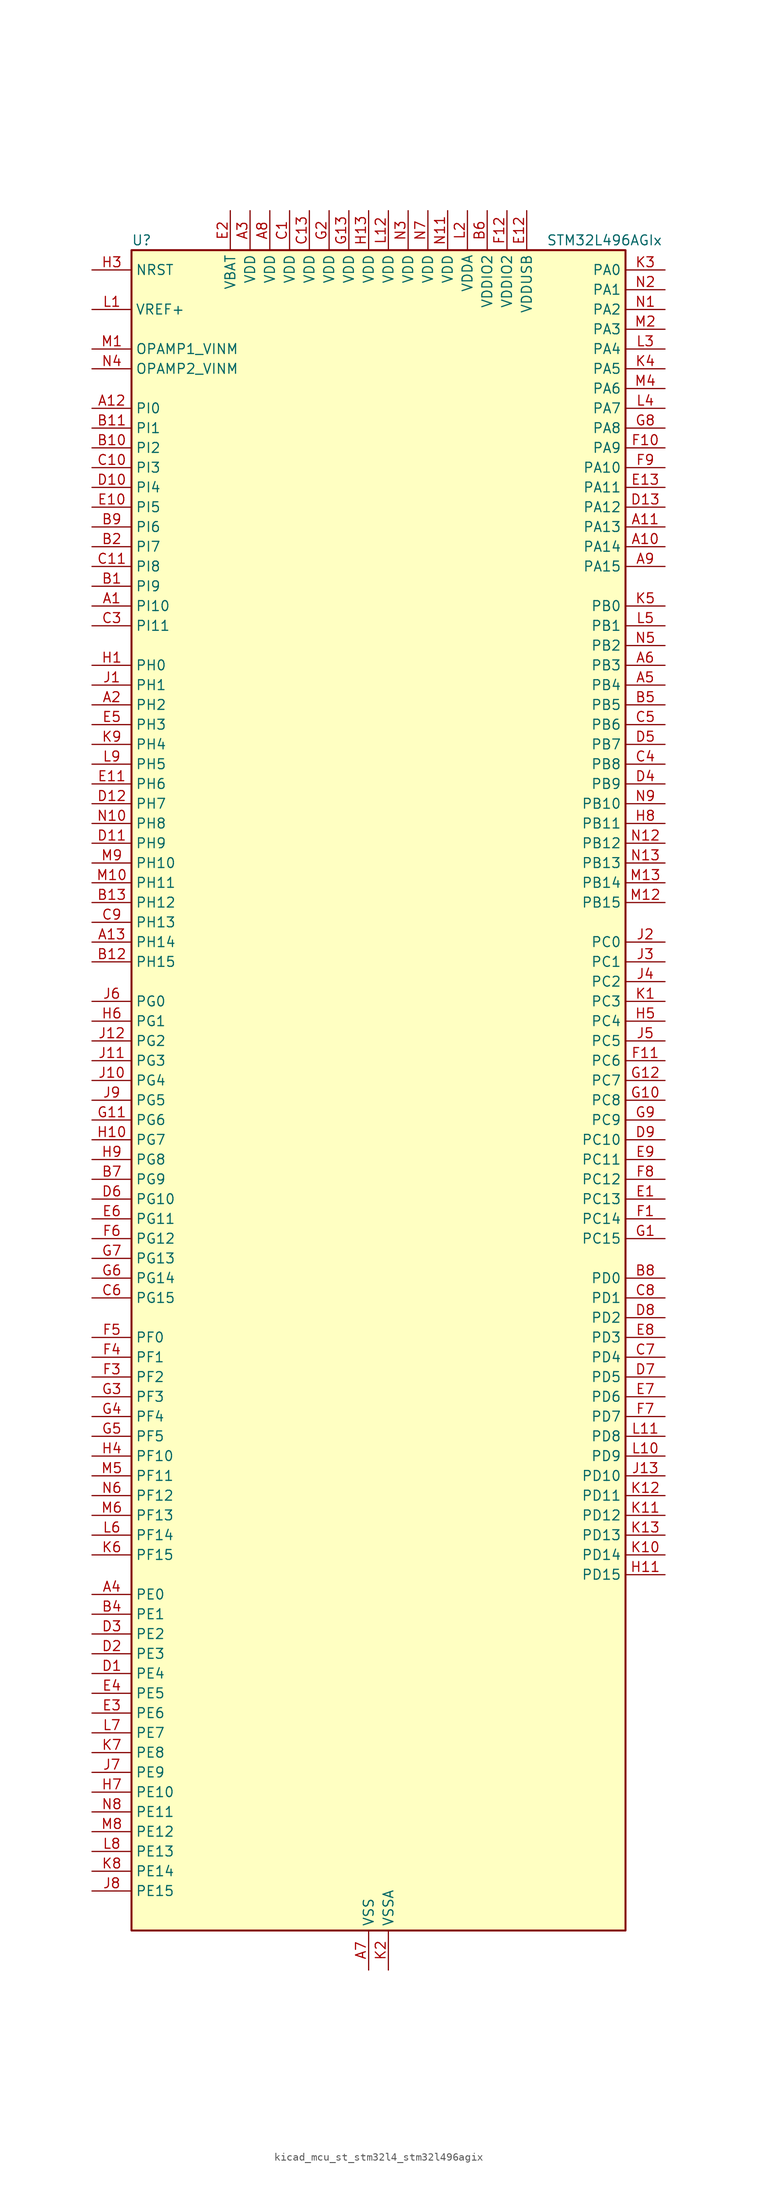
<source format=kicad_sym>
(kicad_symbol_lib
  (version 20220914)
  (generator kicad_symbol_editor)
  (symbol "kicad_mcu_st_stm32l4_stm32l496agix"
    (property "Reference" "U"
      (at -30.48 110.49 0)
      (effects (font (size 1.27 1.27)) (justify left)))
    (property "Value" "STM32L496AGIx"
      (at 22.86 110.49 0)
      (effects (font (size 1.27 1.27)) (justify left)))
    (property "ki_locked" ""
      (at 0 0 0)
      (effects (font (size 1.27 1.27))))
    (symbol "kicad_mcu_st_stm32l4_stm32l496agix_0_1"
      (rectangle (start -30.48 -106.68) (end 33.02 109.22) (stroke (width 0.254) (type default)) (fill (type background))))
    (symbol "kicad_mcu_st_stm32l4_stm32l496agix_1_1"
      (pin bidirectional line (at -35.56 63.5 0) (length 5.08) (name "PI10" (effects (font (size 1.27 1.27)))) (number "A1" (effects (font (size 1.27 1.27)))))
      (pin bidirectional line (at 38.1 71.12 180) (length 5.08) (name "PA14" (effects (font (size 1.27 1.27)))) (number "A10" (effects (font (size 1.27 1.27)))) (alternate "I2C1_SMBA" bidirectional line) (alternate "I2C4_SMBA" bidirectional line) (alternate "LPTIM1_OUT" bidirectional line) (alternate "SAI1_FS_B" bidirectional line) (alternate "SWPMI1_RX" bidirectional line) (alternate "SYS_JTCK-SWCLK" bidirectional line) (alternate "USB_OTG_FS_SOF" bidirectional line))
      (pin bidirectional line (at 38.1 73.66 180) (length 5.08) (name "PA13" (effects (font (size 1.27 1.27)))) (number "A11" (effects (font (size 1.27 1.27)))) (alternate "IR_OUT" bidirectional line) (alternate "SAI1_SD_B" bidirectional line) (alternate "SWPMI1_TX" bidirectional line) (alternate "SYS_JTMS-SWDIO" bidirectional line) (alternate "USB_OTG_FS_NOE" bidirectional line))
      (pin bidirectional line (at -35.56 88.9 0) (length 5.08) (name "PI0" (effects (font (size 1.27 1.27)))) (number "A12" (effects (font (size 1.27 1.27)))) (alternate "DCMI_D13" bidirectional line) (alternate "SPI2_NSS" bidirectional line) (alternate "TIM5_CH4" bidirectional line))
      (pin bidirectional line (at -35.56 20.32 0) (length 5.08) (name "PH14" (effects (font (size 1.27 1.27)))) (number "A13" (effects (font (size 1.27 1.27)))) (alternate "DCMI_D4" bidirectional line) (alternate "TIM8_CH2N" bidirectional line))
      (pin bidirectional line (at -35.56 50.8 0) (length 5.08) (name "PH2" (effects (font (size 1.27 1.27)))) (number "A2" (effects (font (size 1.27 1.27)))) (alternate "QUADSPI_BK2_IO0" bidirectional line))
      (pin power_in line (at -15.24 114.3 270) (length 5.08) (name "VDD" (effects (font (size 1.27 1.27)))) (number "A3" (effects (font (size 1.27 1.27)))))
      (pin bidirectional line (at -35.56 -63.5 0) (length 5.08) (name "PE0" (effects (font (size 1.27 1.27)))) (number "A4" (effects (font (size 1.27 1.27)))) (alternate "DCMI_D2" bidirectional line) (alternate "FMC_NBL0" bidirectional line) (alternate "LCD_SEG36" bidirectional line) (alternate "TIM16_CH1" bidirectional line) (alternate "TIM4_ETR" bidirectional line))
      (pin bidirectional line (at 38.1 53.34 180) (length 5.08) (name "PB4" (effects (font (size 1.27 1.27)))) (number "A5" (effects (font (size 1.27 1.27)))) (alternate "COMP2_INP" bidirectional line) (alternate "DCMI_D12" bidirectional line) (alternate "I2C3_SDA" bidirectional line) (alternate "LCD_SEG8" bidirectional line) (alternate "SAI1_MCLK_B" bidirectional line) (alternate "SPI1_MISO" bidirectional line) (alternate "SPI3_MISO" bidirectional line) (alternate "SYS_JTRST" bidirectional line) (alternate "TIM17_BKIN" bidirectional line) (alternate "TIM3_CH1" bidirectional line) (alternate "TSC_G2_IO1" bidirectional line) (alternate "UART5_DE" bidirectional line) (alternate "UART5_RTS" bidirectional line) (alternate "USART1_CTS" bidirectional line))
      (pin bidirectional line (at 38.1 55.88 180) (length 5.08) (name "PB3" (effects (font (size 1.27 1.27)))) (number "A6" (effects (font (size 1.27 1.27)))) (alternate "COMP2_INM" bidirectional line) (alternate "CRS_SYNC" bidirectional line) (alternate "LCD_SEG7" bidirectional line) (alternate "SAI1_SCK_B" bidirectional line) (alternate "SPI1_SCK" bidirectional line) (alternate "SPI3_SCK" bidirectional line) (alternate "SYS_JTDO-SWO" bidirectional line) (alternate "TIM2_CH2" bidirectional line) (alternate "USART1_DE" bidirectional line) (alternate "USART1_RTS" bidirectional line))
      (pin power_in line (at 0 -111.76 90) (length 5.08) (name "VSS" (effects (font (size 1.27 1.27)))) (number "A7" (effects (font (size 1.27 1.27)))))
      (pin power_in line (at -12.7 114.3 270) (length 5.08) (name "VDD" (effects (font (size 1.27 1.27)))) (number "A8" (effects (font (size 1.27 1.27)))))
      (pin bidirectional line (at 38.1 68.58 180) (length 5.08) (name "PA15" (effects (font (size 1.27 1.27)))) (number "A9" (effects (font (size 1.27 1.27)))) (alternate "ADC1_EXTI15" bidirectional line) (alternate "ADC2_EXTI15" bidirectional line) (alternate "ADC3_EXTI15" bidirectional line) (alternate "LCD_SEG17" bidirectional line) (alternate "SAI2_FS_B" bidirectional line) (alternate "SPI1_NSS" bidirectional line) (alternate "SPI3_NSS" bidirectional line) (alternate "SWPMI1_SUSPEND" bidirectional line) (alternate "SYS_JTDI" bidirectional line) (alternate "TIM2_CH1" bidirectional line) (alternate "TIM2_ETR" bidirectional line) (alternate "TSC_G3_IO1" bidirectional line) (alternate "UART4_DE" bidirectional line) (alternate "UART4_RTS" bidirectional line) (alternate "USART2_RX" bidirectional line) (alternate "USART3_DE" bidirectional line) (alternate "USART3_RTS" bidirectional line))
      (pin bidirectional line (at -35.56 66.04 0) (length 5.08) (name "PI9" (effects (font (size 1.27 1.27)))) (number "B1" (effects (font (size 1.27 1.27)))) (alternate "CAN1_RX" bidirectional line) (alternate "DAC1_EXTI9" bidirectional line))
      (pin bidirectional line (at -35.56 83.82 0) (length 5.08) (name "PI2" (effects (font (size 1.27 1.27)))) (number "B10" (effects (font (size 1.27 1.27)))) (alternate "DCMI_D9" bidirectional line) (alternate "SPI2_MISO" bidirectional line) (alternate "TIM8_CH4" bidirectional line))
      (pin bidirectional line (at -35.56 86.36 0) (length 5.08) (name "PI1" (effects (font (size 1.27 1.27)))) (number "B11" (effects (font (size 1.27 1.27)))) (alternate "DCMI_D8" bidirectional line) (alternate "SPI2_SCK" bidirectional line))
      (pin bidirectional line (at -35.56 17.78 0) (length 5.08) (name "PH15" (effects (font (size 1.27 1.27)))) (number "B12" (effects (font (size 1.27 1.27)))) (alternate "ADC1_EXTI15" bidirectional line) (alternate "ADC2_EXTI15" bidirectional line) (alternate "ADC3_EXTI15" bidirectional line) (alternate "DCMI_D11" bidirectional line) (alternate "TIM8_CH3N" bidirectional line))
      (pin bidirectional line (at -35.56 25.4 0) (length 5.08) (name "PH12" (effects (font (size 1.27 1.27)))) (number "B13" (effects (font (size 1.27 1.27)))) (alternate "DCMI_D3" bidirectional line) (alternate "TIM5_CH3" bidirectional line))
      (pin bidirectional line (at -35.56 71.12 0) (length 5.08) (name "PI7" (effects (font (size 1.27 1.27)))) (number "B2" (effects (font (size 1.27 1.27)))) (alternate "DCMI_D7" bidirectional line) (alternate "TIM8_CH3" bidirectional line))
      (pin passive line (at 0 -111.76 90) (length 5.08) hide (name "VSS" (effects (font (size 1.27 1.27)))) (number "B3" (effects (font (size 1.27 1.27)))))
      (pin bidirectional line (at -35.56 -66.04 0) (length 5.08) (name "PE1" (effects (font (size 1.27 1.27)))) (number "B4" (effects (font (size 1.27 1.27)))) (alternate "DCMI_D3" bidirectional line) (alternate "FMC_NBL1" bidirectional line) (alternate "LCD_SEG37" bidirectional line) (alternate "TIM17_CH1" bidirectional line))
      (pin bidirectional line (at 38.1 50.8 180) (length 5.08) (name "PB5" (effects (font (size 1.27 1.27)))) (number "B5" (effects (font (size 1.27 1.27)))) (alternate "CAN2_RX" bidirectional line) (alternate "COMP2_OUT" bidirectional line) (alternate "DCMI_D10" bidirectional line) (alternate "I2C1_SMBA" bidirectional line) (alternate "LCD_SEG9" bidirectional line) (alternate "LPTIM1_IN1" bidirectional line) (alternate "SAI1_SD_B" bidirectional line) (alternate "SPI1_MOSI" bidirectional line) (alternate "SPI3_MOSI" bidirectional line) (alternate "TIM16_BKIN" bidirectional line) (alternate "TIM3_CH2" bidirectional line) (alternate "TSC_G2_IO2" bidirectional line) (alternate "UART5_CTS" bidirectional line) (alternate "USART1_CK" bidirectional line))
      (pin power_in line (at 15.24 114.3 270) (length 5.08) (name "VDDIO2" (effects (font (size 1.27 1.27)))) (number "B6" (effects (font (size 1.27 1.27)))))
      (pin bidirectional line (at -35.56 -10.16 0) (length 5.08) (name "PG9" (effects (font (size 1.27 1.27)))) (number "B7" (effects (font (size 1.27 1.27)))) (alternate "DAC1_EXTI9" bidirectional line) (alternate "FMC_NCE" bidirectional line) (alternate "FMC_NE2" bidirectional line) (alternate "SAI2_SCK_A" bidirectional line) (alternate "SPI3_SCK" bidirectional line) (alternate "TIM15_CH1N" bidirectional line) (alternate "USART1_TX" bidirectional line))
      (pin bidirectional line (at 38.1 -22.86 180) (length 5.08) (name "PD0" (effects (font (size 1.27 1.27)))) (number "B8" (effects (font (size 1.27 1.27)))) (alternate "CAN1_RX" bidirectional line) (alternate "DFSDM1_DATIN7" bidirectional line) (alternate "FMC_D2" bidirectional line) (alternate "FMC_DA2" bidirectional line) (alternate "SPI2_NSS" bidirectional line))
      (pin bidirectional line (at -35.56 73.66 0) (length 5.08) (name "PI6" (effects (font (size 1.27 1.27)))) (number "B9" (effects (font (size 1.27 1.27)))) (alternate "DCMI_D6" bidirectional line) (alternate "TIM8_CH2" bidirectional line))
      (pin power_in line (at -10.16 114.3 270) (length 5.08) (name "VDD" (effects (font (size 1.27 1.27)))) (number "C1" (effects (font (size 1.27 1.27)))))
      (pin bidirectional line (at -35.56 81.28 0) (length 5.08) (name "PI3" (effects (font (size 1.27 1.27)))) (number "C10" (effects (font (size 1.27 1.27)))) (alternate "DCMI_D10" bidirectional line) (alternate "SPI2_MOSI" bidirectional line) (alternate "TIM8_ETR" bidirectional line))
      (pin bidirectional line (at -35.56 68.58 0) (length 5.08) (name "PI8" (effects (font (size 1.27 1.27)))) (number "C11" (effects (font (size 1.27 1.27)))) (alternate "DCMI_D12" bidirectional line))
      (pin passive line (at 0 -111.76 90) (length 5.08) hide (name "VSS" (effects (font (size 1.27 1.27)))) (number "C12" (effects (font (size 1.27 1.27)))))
      (pin power_in line (at -7.62 114.3 270) (length 5.08) (name "VDD" (effects (font (size 1.27 1.27)))) (number "C13" (effects (font (size 1.27 1.27)))))
      (pin passive line (at 0 -111.76 90) (length 5.08) hide (name "VSS" (effects (font (size 1.27 1.27)))) (number "C2" (effects (font (size 1.27 1.27)))))
      (pin bidirectional line (at -35.56 60.96 0) (length 5.08) (name "PI11" (effects (font (size 1.27 1.27)))) (number "C3" (effects (font (size 1.27 1.27)))) (alternate "ADC1_EXTI11" bidirectional line) (alternate "ADC2_EXTI11" bidirectional line) (alternate "ADC3_EXTI11" bidirectional line))
      (pin bidirectional line (at 38.1 43.18 180) (length 5.08) (name "PB8" (effects (font (size 1.27 1.27)))) (number "C4" (effects (font (size 1.27 1.27)))) (alternate "CAN1_RX" bidirectional line) (alternate "DCMI_D6" bidirectional line) (alternate "DFSDM1_DATIN6" bidirectional line) (alternate "I2C1_SCL" bidirectional line) (alternate "LCD_SEG16" bidirectional line) (alternate "SAI1_MCLK_A" bidirectional line) (alternate "SDMMC1_D4" bidirectional line) (alternate "TIM16_CH1" bidirectional line) (alternate "TIM4_CH3" bidirectional line))
      (pin bidirectional line (at 38.1 48.26 180) (length 5.08) (name "PB6" (effects (font (size 1.27 1.27)))) (number "C5" (effects (font (size 1.27 1.27)))) (alternate "CAN2_TX" bidirectional line) (alternate "COMP2_INP" bidirectional line) (alternate "DCMI_D5" bidirectional line) (alternate "DFSDM1_DATIN5" bidirectional line) (alternate "I2C1_SCL" bidirectional line) (alternate "I2C4_SCL" bidirectional line) (alternate "LPTIM1_ETR" bidirectional line) (alternate "SAI1_FS_B" bidirectional line) (alternate "TIM16_CH1N" bidirectional line) (alternate "TIM4_CH1" bidirectional line) (alternate "TIM8_BKIN2" bidirectional line) (alternate "TIM8_BKIN2_COMP2" bidirectional line) (alternate "TSC_G2_IO3" bidirectional line) (alternate "USART1_TX" bidirectional line))
      (pin bidirectional line (at -35.56 -25.4 0) (length 5.08) (name "PG15" (effects (font (size 1.27 1.27)))) (number "C6" (effects (font (size 1.27 1.27)))) (alternate "ADC1_EXTI15" bidirectional line) (alternate "ADC2_EXTI15" bidirectional line) (alternate "ADC3_EXTI15" bidirectional line) (alternate "DCMI_D13" bidirectional line) (alternate "I2C1_SMBA" bidirectional line) (alternate "LPTIM1_OUT" bidirectional line))
      (pin bidirectional line (at 38.1 -33.02 180) (length 5.08) (name "PD4" (effects (font (size 1.27 1.27)))) (number "C7" (effects (font (size 1.27 1.27)))) (alternate "DFSDM1_CKIN0" bidirectional line) (alternate "FMC_NOE" bidirectional line) (alternate "QUADSPI_BK2_IO0" bidirectional line) (alternate "SPI2_MOSI" bidirectional line) (alternate "USART2_DE" bidirectional line) (alternate "USART2_RTS" bidirectional line))
      (pin bidirectional line (at 38.1 -25.4 180) (length 5.08) (name "PD1" (effects (font (size 1.27 1.27)))) (number "C8" (effects (font (size 1.27 1.27)))) (alternate "CAN1_TX" bidirectional line) (alternate "DFSDM1_CKIN7" bidirectional line) (alternate "FMC_D3" bidirectional line) (alternate "FMC_DA3" bidirectional line) (alternate "SPI2_SCK" bidirectional line))
      (pin bidirectional line (at -35.56 22.86 0) (length 5.08) (name "PH13" (effects (font (size 1.27 1.27)))) (number "C9" (effects (font (size 1.27 1.27)))) (alternate "CAN1_TX" bidirectional line) (alternate "TIM8_CH1N" bidirectional line))
      (pin bidirectional line (at -35.56 -73.66 0) (length 5.08) (name "PE4" (effects (font (size 1.27 1.27)))) (number "D1" (effects (font (size 1.27 1.27)))) (alternate "DCMI_D4" bidirectional line) (alternate "DFSDM1_DATIN3" bidirectional line) (alternate "FMC_A20" bidirectional line) (alternate "SAI1_FS_A" bidirectional line) (alternate "SYS_TRACED1" bidirectional line) (alternate "TIM3_CH2" bidirectional line) (alternate "TSC_G7_IO3" bidirectional line))
      (pin bidirectional line (at -35.56 78.74 0) (length 5.08) (name "PI4" (effects (font (size 1.27 1.27)))) (number "D10" (effects (font (size 1.27 1.27)))) (alternate "DCMI_D5" bidirectional line) (alternate "TIM8_BKIN" bidirectional line))
      (pin bidirectional line (at -35.56 33.02 0) (length 5.08) (name "PH9" (effects (font (size 1.27 1.27)))) (number "D11" (effects (font (size 1.27 1.27)))) (alternate "DAC1_EXTI9" bidirectional line) (alternate "DCMI_D0" bidirectional line) (alternate "I2C3_SMBA" bidirectional line))
      (pin bidirectional line (at -35.56 38.1 0) (length 5.08) (name "PH7" (effects (font (size 1.27 1.27)))) (number "D12" (effects (font (size 1.27 1.27)))) (alternate "DCMI_D9" bidirectional line) (alternate "I2C3_SCL" bidirectional line))
      (pin bidirectional line (at 38.1 76.2 180) (length 5.08) (name "PA12" (effects (font (size 1.27 1.27)))) (number "D13" (effects (font (size 1.27 1.27)))) (alternate "CAN1_TX" bidirectional line) (alternate "SPI1_MOSI" bidirectional line) (alternate "TIM1_ETR" bidirectional line) (alternate "USART1_DE" bidirectional line) (alternate "USART1_RTS" bidirectional line) (alternate "USB_OTG_FS_DP" bidirectional line))
      (pin bidirectional line (at -35.56 -71.12 0) (length 5.08) (name "PE3" (effects (font (size 1.27 1.27)))) (number "D2" (effects (font (size 1.27 1.27)))) (alternate "FMC_A19" bidirectional line) (alternate "LCD_SEG39" bidirectional line) (alternate "SAI1_SD_B" bidirectional line) (alternate "SYS_TRACED0" bidirectional line) (alternate "TIM3_CH1" bidirectional line) (alternate "TSC_G7_IO2" bidirectional line))
      (pin bidirectional line (at -35.56 -68.58 0) (length 5.08) (name "PE2" (effects (font (size 1.27 1.27)))) (number "D3" (effects (font (size 1.27 1.27)))) (alternate "FMC_A23" bidirectional line) (alternate "LCD_SEG38" bidirectional line) (alternate "SAI1_MCLK_A" bidirectional line) (alternate "SYS_TRACECLK" bidirectional line) (alternate "TIM3_ETR" bidirectional line) (alternate "TSC_G7_IO1" bidirectional line))
      (pin bidirectional line (at 38.1 40.64 180) (length 5.08) (name "PB9" (effects (font (size 1.27 1.27)))) (number "D4" (effects (font (size 1.27 1.27)))) (alternate "CAN1_TX" bidirectional line) (alternate "DAC1_EXTI9" bidirectional line) (alternate "DCMI_D7" bidirectional line) (alternate "DFSDM1_CKIN6" bidirectional line) (alternate "I2C1_SDA" bidirectional line) (alternate "IR_OUT" bidirectional line) (alternate "LCD_COM3" bidirectional line) (alternate "SAI1_FS_A" bidirectional line) (alternate "SDMMC1_D5" bidirectional line) (alternate "SPI2_NSS" bidirectional line) (alternate "TIM17_CH1" bidirectional line) (alternate "TIM4_CH4" bidirectional line))
      (pin bidirectional line (at 38.1 45.72 180) (length 5.08) (name "PB7" (effects (font (size 1.27 1.27)))) (number "D5" (effects (font (size 1.27 1.27)))) (alternate "COMP2_INM" bidirectional line) (alternate "DCMI_VSYNC" bidirectional line) (alternate "DFSDM1_CKIN5" bidirectional line) (alternate "FMC_NL" bidirectional line) (alternate "I2C1_SDA" bidirectional line) (alternate "I2C4_SDA" bidirectional line) (alternate "LCD_SEG21" bidirectional line) (alternate "LPTIM1_IN2" bidirectional line) (alternate "SYS_PVD_IN" bidirectional line) (alternate "TIM17_CH1N" bidirectional line) (alternate "TIM4_CH2" bidirectional line) (alternate "TIM8_BKIN" bidirectional line) (alternate "TIM8_BKIN_COMP1" bidirectional line) (alternate "TSC_G2_IO4" bidirectional line) (alternate "UART4_CTS" bidirectional line) (alternate "USART1_RX" bidirectional line))
      (pin bidirectional line (at -35.56 -12.7 0) (length 5.08) (name "PG10" (effects (font (size 1.27 1.27)))) (number "D6" (effects (font (size 1.27 1.27)))) (alternate "FMC_NE3" bidirectional line) (alternate "LPTIM1_IN1" bidirectional line) (alternate "SAI2_FS_A" bidirectional line) (alternate "SPI3_MISO" bidirectional line) (alternate "TIM15_CH1" bidirectional line) (alternate "USART1_RX" bidirectional line))
      (pin bidirectional line (at 38.1 -35.56 180) (length 5.08) (name "PD5" (effects (font (size 1.27 1.27)))) (number "D7" (effects (font (size 1.27 1.27)))) (alternate "FMC_NWE" bidirectional line) (alternate "QUADSPI_BK2_IO1" bidirectional line) (alternate "USART2_TX" bidirectional line))
      (pin bidirectional line (at 38.1 -27.94 180) (length 5.08) (name "PD2" (effects (font (size 1.27 1.27)))) (number "D8" (effects (font (size 1.27 1.27)))) (alternate "DCMI_D11" bidirectional line) (alternate "LCD_COM7" bidirectional line) (alternate "LCD_SEG31" bidirectional line) (alternate "LCD_SEG43" bidirectional line) (alternate "SDMMC1_CMD" bidirectional line) (alternate "SYS_TRACED2" bidirectional line) (alternate "TIM3_ETR" bidirectional line) (alternate "TSC_SYNC" bidirectional line) (alternate "UART5_RX" bidirectional line) (alternate "USART3_DE" bidirectional line) (alternate "USART3_RTS" bidirectional line))
      (pin bidirectional line (at 38.1 -5.08 180) (length 5.08) (name "PC10" (effects (font (size 1.27 1.27)))) (number "D9" (effects (font (size 1.27 1.27)))) (alternate "DCMI_D8" bidirectional line) (alternate "LCD_COM4" bidirectional line) (alternate "LCD_SEG28" bidirectional line) (alternate "LCD_SEG40" bidirectional line) (alternate "SAI2_SCK_B" bidirectional line) (alternate "SDMMC1_D2" bidirectional line) (alternate "SPI3_SCK" bidirectional line) (alternate "SYS_TRACED1" bidirectional line) (alternate "TSC_G3_IO2" bidirectional line) (alternate "UART4_TX" bidirectional line) (alternate "USART3_TX" bidirectional line))
      (pin bidirectional line (at 38.1 -12.7 180) (length 5.08) (name "PC13" (effects (font (size 1.27 1.27)))) (number "E1" (effects (font (size 1.27 1.27)))) (alternate "RTC_OUT_ALARM" bidirectional line) (alternate "RTC_OUT_CALIB" bidirectional line) (alternate "RTC_TAMP1" bidirectional line) (alternate "RTC_TS" bidirectional line) (alternate "SYS_WKUP2" bidirectional line))
      (pin bidirectional line (at -35.56 76.2 0) (length 5.08) (name "PI5" (effects (font (size 1.27 1.27)))) (number "E10" (effects (font (size 1.27 1.27)))) (alternate "DCMI_VSYNC" bidirectional line) (alternate "TIM8_CH1" bidirectional line))
      (pin bidirectional line (at -35.56 40.64 0) (length 5.08) (name "PH6" (effects (font (size 1.27 1.27)))) (number "E11" (effects (font (size 1.27 1.27)))) (alternate "DCMI_D8" bidirectional line) (alternate "I2C2_SMBA" bidirectional line))
      (pin power_in line (at 20.32 114.3 270) (length 5.08) (name "VDDUSB" (effects (font (size 1.27 1.27)))) (number "E12" (effects (font (size 1.27 1.27)))))
      (pin bidirectional line (at 38.1 78.74 180) (length 5.08) (name "PA11" (effects (font (size 1.27 1.27)))) (number "E13" (effects (font (size 1.27 1.27)))) (alternate "ADC1_EXTI11" bidirectional line) (alternate "ADC2_EXTI11" bidirectional line) (alternate "ADC3_EXTI11" bidirectional line) (alternate "CAN1_RX" bidirectional line) (alternate "SPI1_MISO" bidirectional line) (alternate "TIM1_BKIN2" bidirectional line) (alternate "TIM1_BKIN2_COMP1" bidirectional line) (alternate "TIM1_CH4" bidirectional line) (alternate "USART1_CTS" bidirectional line) (alternate "USB_OTG_FS_DM" bidirectional line))
      (pin power_in line (at -17.78 114.3 270) (length 5.08) (name "VBAT" (effects (font (size 1.27 1.27)))) (number "E2" (effects (font (size 1.27 1.27)))))
      (pin bidirectional line (at -35.56 -78.74 0) (length 5.08) (name "PE6" (effects (font (size 1.27 1.27)))) (number "E3" (effects (font (size 1.27 1.27)))) (alternate "DCMI_D7" bidirectional line) (alternate "FMC_A22" bidirectional line) (alternate "RTC_TAMP3" bidirectional line) (alternate "SAI1_SD_A" bidirectional line) (alternate "SYS_TRACED3" bidirectional line) (alternate "SYS_WKUP3" bidirectional line) (alternate "TIM3_CH4" bidirectional line))
      (pin bidirectional line (at -35.56 -76.2 0) (length 5.08) (name "PE5" (effects (font (size 1.27 1.27)))) (number "E4" (effects (font (size 1.27 1.27)))) (alternate "DCMI_D6" bidirectional line) (alternate "DFSDM1_CKIN3" bidirectional line) (alternate "FMC_A21" bidirectional line) (alternate "SAI1_SCK_A" bidirectional line) (alternate "SYS_TRACED2" bidirectional line) (alternate "TIM3_CH3" bidirectional line) (alternate "TSC_G7_IO4" bidirectional line))
      (pin bidirectional line (at -35.56 48.26 0) (length 5.08) (name "PH3" (effects (font (size 1.27 1.27)))) (number "E5" (effects (font (size 1.27 1.27)))))
      (pin bidirectional line (at -35.56 -15.24 0) (length 5.08) (name "PG11" (effects (font (size 1.27 1.27)))) (number "E6" (effects (font (size 1.27 1.27)))) (alternate "ADC1_EXTI11" bidirectional line) (alternate "ADC2_EXTI11" bidirectional line) (alternate "ADC3_EXTI11" bidirectional line) (alternate "LPTIM1_IN2" bidirectional line) (alternate "SAI2_MCLK_A" bidirectional line) (alternate "SPI3_MOSI" bidirectional line) (alternate "TIM15_CH2" bidirectional line) (alternate "USART1_CTS" bidirectional line))
      (pin bidirectional line (at 38.1 -38.1 180) (length 5.08) (name "PD6" (effects (font (size 1.27 1.27)))) (number "E7" (effects (font (size 1.27 1.27)))) (alternate "DCMI_D10" bidirectional line) (alternate "DFSDM1_DATIN1" bidirectional line) (alternate "FMC_NWAIT" bidirectional line) (alternate "QUADSPI_BK2_IO1" bidirectional line) (alternate "QUADSPI_BK2_IO2" bidirectional line) (alternate "SAI1_SD_A" bidirectional line) (alternate "USART2_RX" bidirectional line))
      (pin bidirectional line (at 38.1 -30.48 180) (length 5.08) (name "PD3" (effects (font (size 1.27 1.27)))) (number "E8" (effects (font (size 1.27 1.27)))) (alternate "DCMI_D5" bidirectional line) (alternate "DFSDM1_DATIN0" bidirectional line) (alternate "FMC_CLK" bidirectional line) (alternate "QUADSPI_BK2_NCS" bidirectional line) (alternate "SPI2_MISO" bidirectional line) (alternate "SPI2_SCK" bidirectional line) (alternate "USART2_CTS" bidirectional line))
      (pin bidirectional line (at 38.1 -7.62 180) (length 5.08) (name "PC11" (effects (font (size 1.27 1.27)))) (number "E9" (effects (font (size 1.27 1.27)))) (alternate "ADC1_EXTI11" bidirectional line) (alternate "ADC2_EXTI11" bidirectional line) (alternate "ADC3_EXTI11" bidirectional line) (alternate "DCMI_D4" bidirectional line) (alternate "LCD_COM5" bidirectional line) (alternate "LCD_SEG29" bidirectional line) (alternate "LCD_SEG41" bidirectional line) (alternate "QUADSPI_BK2_NCS" bidirectional line) (alternate "SAI2_MCLK_B" bidirectional line) (alternate "SDMMC1_D3" bidirectional line) (alternate "SPI3_MISO" bidirectional line) (alternate "TSC_G3_IO3" bidirectional line) (alternate "UART4_RX" bidirectional line) (alternate "USART3_RX" bidirectional line))
      (pin bidirectional line (at 38.1 -15.24 180) (length 5.08) (name "PC14" (effects (font (size 1.27 1.27)))) (number "F1" (effects (font (size 1.27 1.27)))) (alternate "RCC_OSC32_IN" bidirectional line))
      (pin bidirectional line (at 38.1 83.82 180) (length 5.08) (name "PA9" (effects (font (size 1.27 1.27)))) (number "F10" (effects (font (size 1.27 1.27)))) (alternate "DAC1_EXTI9" bidirectional line) (alternate "DCMI_D0" bidirectional line) (alternate "LCD_COM1" bidirectional line) (alternate "SAI1_FS_A" bidirectional line) (alternate "SPI2_SCK" bidirectional line) (alternate "TIM15_BKIN" bidirectional line) (alternate "TIM1_CH2" bidirectional line) (alternate "USART1_TX" bidirectional line) (alternate "USB_OTG_FS_VBUS" bidirectional line))
      (pin bidirectional line (at 38.1 5.08 180) (length 5.08) (name "PC6" (effects (font (size 1.27 1.27)))) (number "F11" (effects (font (size 1.27 1.27)))) (alternate "DCMI_D0" bidirectional line) (alternate "DFSDM1_CKIN3" bidirectional line) (alternate "LCD_SEG24" bidirectional line) (alternate "SAI2_MCLK_A" bidirectional line) (alternate "SDMMC1_D6" bidirectional line) (alternate "TIM3_CH1" bidirectional line) (alternate "TIM8_CH1" bidirectional line) (alternate "TSC_G4_IO1" bidirectional line))
      (pin power_in line (at 17.78 114.3 270) (length 5.08) (name "VDDIO2" (effects (font (size 1.27 1.27)))) (number "F12" (effects (font (size 1.27 1.27)))))
      (pin passive line (at 0 -111.76 90) (length 5.08) hide (name "VSS" (effects (font (size 1.27 1.27)))) (number "F13" (effects (font (size 1.27 1.27)))))
      (pin passive line (at 0 -111.76 90) (length 5.08) hide (name "VSS" (effects (font (size 1.27 1.27)))) (number "F2" (effects (font (size 1.27 1.27)))))
      (pin bidirectional line (at -35.56 -35.56 0) (length 5.08) (name "PF2" (effects (font (size 1.27 1.27)))) (number "F3" (effects (font (size 1.27 1.27)))) (alternate "FMC_A2" bidirectional line) (alternate "I2C2_SMBA" bidirectional line))
      (pin bidirectional line (at -35.56 -33.02 0) (length 5.08) (name "PF1" (effects (font (size 1.27 1.27)))) (number "F4" (effects (font (size 1.27 1.27)))) (alternate "FMC_A1" bidirectional line) (alternate "I2C2_SCL" bidirectional line))
      (pin bidirectional line (at -35.56 -30.48 0) (length 5.08) (name "PF0" (effects (font (size 1.27 1.27)))) (number "F5" (effects (font (size 1.27 1.27)))) (alternate "FMC_A0" bidirectional line) (alternate "I2C2_SDA" bidirectional line))
      (pin bidirectional line (at -35.56 -17.78 0) (length 5.08) (name "PG12" (effects (font (size 1.27 1.27)))) (number "F6" (effects (font (size 1.27 1.27)))) (alternate "FMC_NE4" bidirectional line) (alternate "LPTIM1_ETR" bidirectional line) (alternate "SAI2_SD_A" bidirectional line) (alternate "SPI3_NSS" bidirectional line) (alternate "USART1_DE" bidirectional line) (alternate "USART1_RTS" bidirectional line))
      (pin bidirectional line (at 38.1 -40.64 180) (length 5.08) (name "PD7" (effects (font (size 1.27 1.27)))) (number "F7" (effects (font (size 1.27 1.27)))) (alternate "DFSDM1_CKIN1" bidirectional line) (alternate "FMC_NE1" bidirectional line) (alternate "QUADSPI_BK2_IO3" bidirectional line) (alternate "USART2_CK" bidirectional line))
      (pin bidirectional line (at 38.1 -10.16 180) (length 5.08) (name "PC12" (effects (font (size 1.27 1.27)))) (number "F8" (effects (font (size 1.27 1.27)))) (alternate "DCMI_D9" bidirectional line) (alternate "LCD_COM6" bidirectional line) (alternate "LCD_SEG30" bidirectional line) (alternate "LCD_SEG42" bidirectional line) (alternate "SAI2_SD_B" bidirectional line) (alternate "SDMMC1_CK" bidirectional line) (alternate "SPI3_MOSI" bidirectional line) (alternate "SYS_TRACED3" bidirectional line) (alternate "TSC_G3_IO4" bidirectional line) (alternate "UART5_TX" bidirectional line) (alternate "USART3_CK" bidirectional line))
      (pin bidirectional line (at 38.1 81.28 180) (length 5.08) (name "PA10" (effects (font (size 1.27 1.27)))) (number "F9" (effects (font (size 1.27 1.27)))) (alternate "DCMI_D1" bidirectional line) (alternate "LCD_COM2" bidirectional line) (alternate "SAI1_SD_A" bidirectional line) (alternate "TIM17_BKIN" bidirectional line) (alternate "TIM1_CH3" bidirectional line) (alternate "USART1_RX" bidirectional line) (alternate "USB_OTG_FS_ID" bidirectional line))
      (pin bidirectional line (at 38.1 -17.78 180) (length 5.08) (name "PC15" (effects (font (size 1.27 1.27)))) (number "G1" (effects (font (size 1.27 1.27)))) (alternate "ADC1_EXTI15" bidirectional line) (alternate "ADC2_EXTI15" bidirectional line) (alternate "ADC3_EXTI15" bidirectional line) (alternate "RCC_OSC32_OUT" bidirectional line))
      (pin bidirectional line (at 38.1 0 180) (length 5.08) (name "PC8" (effects (font (size 1.27 1.27)))) (number "G10" (effects (font (size 1.27 1.27)))) (alternate "DCMI_D2" bidirectional line) (alternate "LCD_SEG26" bidirectional line) (alternate "SDMMC1_D0" bidirectional line) (alternate "TIM3_CH3" bidirectional line) (alternate "TIM8_CH3" bidirectional line) (alternate "TSC_G4_IO3" bidirectional line))
      (pin bidirectional line (at -35.56 -2.54 0) (length 5.08) (name "PG6" (effects (font (size 1.27 1.27)))) (number "G11" (effects (font (size 1.27 1.27)))) (alternate "I2C3_SMBA" bidirectional line) (alternate "LPUART1_DE" bidirectional line) (alternate "LPUART1_RTS" bidirectional line))
      (pin bidirectional line (at 38.1 2.54 180) (length 5.08) (name "PC7" (effects (font (size 1.27 1.27)))) (number "G12" (effects (font (size 1.27 1.27)))) (alternate "DCMI_D1" bidirectional line) (alternate "DFSDM1_DATIN3" bidirectional line) (alternate "LCD_SEG25" bidirectional line) (alternate "SAI2_MCLK_B" bidirectional line) (alternate "SDMMC1_D7" bidirectional line) (alternate "TIM3_CH2" bidirectional line) (alternate "TIM8_CH2" bidirectional line) (alternate "TSC_G4_IO2" bidirectional line))
      (pin power_in line (at -2.54 114.3 270) (length 5.08) (name "VDD" (effects (font (size 1.27 1.27)))) (number "G13" (effects (font (size 1.27 1.27)))))
      (pin power_in line (at -5.08 114.3 270) (length 5.08) (name "VDD" (effects (font (size 1.27 1.27)))) (number "G2" (effects (font (size 1.27 1.27)))))
      (pin bidirectional line (at -35.56 -38.1 0) (length 5.08) (name "PF3" (effects (font (size 1.27 1.27)))) (number "G3" (effects (font (size 1.27 1.27)))) (alternate "ADC3_IN6" bidirectional line) (alternate "FMC_A3" bidirectional line))
      (pin bidirectional line (at -35.56 -40.64 0) (length 5.08) (name "PF4" (effects (font (size 1.27 1.27)))) (number "G4" (effects (font (size 1.27 1.27)))) (alternate "ADC3_IN7" bidirectional line) (alternate "FMC_A4" bidirectional line))
      (pin bidirectional line (at -35.56 -43.18 0) (length 5.08) (name "PF5" (effects (font (size 1.27 1.27)))) (number "G5" (effects (font (size 1.27 1.27)))) (alternate "ADC3_IN8" bidirectional line) (alternate "FMC_A5" bidirectional line))
      (pin bidirectional line (at -35.56 -22.86 0) (length 5.08) (name "PG14" (effects (font (size 1.27 1.27)))) (number "G6" (effects (font (size 1.27 1.27)))) (alternate "FMC_A25" bidirectional line) (alternate "I2C1_SCL" bidirectional line))
      (pin bidirectional line (at -35.56 -20.32 0) (length 5.08) (name "PG13" (effects (font (size 1.27 1.27)))) (number "G7" (effects (font (size 1.27 1.27)))) (alternate "FMC_A24" bidirectional line) (alternate "I2C1_SDA" bidirectional line) (alternate "USART1_CK" bidirectional line))
      (pin bidirectional line (at 38.1 86.36 180) (length 5.08) (name "PA8" (effects (font (size 1.27 1.27)))) (number "G8" (effects (font (size 1.27 1.27)))) (alternate "LCD_COM0" bidirectional line) (alternate "LPTIM2_OUT" bidirectional line) (alternate "RCC_MCO" bidirectional line) (alternate "SAI1_SCK_A" bidirectional line) (alternate "SWPMI1_IO" bidirectional line) (alternate "TIM1_CH1" bidirectional line) (alternate "USART1_CK" bidirectional line) (alternate "USB_OTG_FS_SOF" bidirectional line))
      (pin bidirectional line (at 38.1 -2.54 180) (length 5.08) (name "PC9" (effects (font (size 1.27 1.27)))) (number "G9" (effects (font (size 1.27 1.27)))) (alternate "DAC1_EXTI9" bidirectional line) (alternate "DCMI_D3" bidirectional line) (alternate "I2C3_SDA" bidirectional line) (alternate "LCD_SEG27" bidirectional line) (alternate "SAI2_EXTCLK" bidirectional line) (alternate "SDMMC1_D1" bidirectional line) (alternate "TIM3_CH4" bidirectional line) (alternate "TIM8_BKIN2" bidirectional line) (alternate "TIM8_BKIN2_COMP1" bidirectional line) (alternate "TIM8_CH4" bidirectional line) (alternate "TSC_G4_IO4" bidirectional line) (alternate "USB_OTG_FS_NOE" bidirectional line))
      (pin bidirectional line (at -35.56 55.88 0) (length 5.08) (name "PH0" (effects (font (size 1.27 1.27)))) (number "H1" (effects (font (size 1.27 1.27)))) (alternate "RCC_OSC_IN" bidirectional line))
      (pin bidirectional line (at -35.56 -5.08 0) (length 5.08) (name "PG7" (effects (font (size 1.27 1.27)))) (number "H10" (effects (font (size 1.27 1.27)))) (alternate "FMC_INT" bidirectional line) (alternate "I2C3_SCL" bidirectional line) (alternate "LPUART1_TX" bidirectional line) (alternate "SAI1_MCLK_A" bidirectional line))
      (pin bidirectional line (at 38.1 -60.96 180) (length 5.08) (name "PD15" (effects (font (size 1.27 1.27)))) (number "H11" (effects (font (size 1.27 1.27)))) (alternate "ADC1_EXTI15" bidirectional line) (alternate "ADC2_EXTI15" bidirectional line) (alternate "ADC3_EXTI15" bidirectional line) (alternate "FMC_D1" bidirectional line) (alternate "FMC_DA1" bidirectional line) (alternate "LCD_SEG35" bidirectional line) (alternate "TIM4_CH4" bidirectional line))
      (pin passive line (at 0 -111.76 90) (length 5.08) hide (name "VSS" (effects (font (size 1.27 1.27)))) (number "H12" (effects (font (size 1.27 1.27)))))
      (pin power_in line (at 0 114.3 270) (length 5.08) (name "VDD" (effects (font (size 1.27 1.27)))) (number "H13" (effects (font (size 1.27 1.27)))))
      (pin passive line (at 0 -111.76 90) (length 5.08) hide (name "VSS" (effects (font (size 1.27 1.27)))) (number "H2" (effects (font (size 1.27 1.27)))))
      (pin input line (at -35.56 106.68 0) (length 5.08) (name "NRST" (effects (font (size 1.27 1.27)))) (number "H3" (effects (font (size 1.27 1.27)))))
      (pin bidirectional line (at -35.56 -45.72 0) (length 5.08) (name "PF10" (effects (font (size 1.27 1.27)))) (number "H4" (effects (font (size 1.27 1.27)))) (alternate "ADC3_IN13" bidirectional line) (alternate "DCMI_D11" bidirectional line) (alternate "QUADSPI_CLK" bidirectional line) (alternate "TIM15_CH2" bidirectional line))
      (pin bidirectional line (at 38.1 10.16 180) (length 5.08) (name "PC4" (effects (font (size 1.27 1.27)))) (number "H5" (effects (font (size 1.27 1.27)))) (alternate "ADC1_IN13" bidirectional line) (alternate "ADC2_IN13" bidirectional line) (alternate "COMP1_INM" bidirectional line) (alternate "LCD_SEG22" bidirectional line) (alternate "QUADSPI_BK2_IO3" bidirectional line) (alternate "USART3_TX" bidirectional line))
      (pin bidirectional line (at -35.56 10.16 0) (length 5.08) (name "PG1" (effects (font (size 1.27 1.27)))) (number "H6" (effects (font (size 1.27 1.27)))) (alternate "FMC_A11" bidirectional line) (alternate "TSC_G8_IO4" bidirectional line))
      (pin bidirectional line (at -35.56 -88.9 0) (length 5.08) (name "PE10" (effects (font (size 1.27 1.27)))) (number "H7" (effects (font (size 1.27 1.27)))) (alternate "DFSDM1_DATIN4" bidirectional line) (alternate "FMC_D7" bidirectional line) (alternate "FMC_DA7" bidirectional line) (alternate "QUADSPI_CLK" bidirectional line) (alternate "SAI1_MCLK_B" bidirectional line) (alternate "TIM1_CH2N" bidirectional line) (alternate "TSC_G5_IO1" bidirectional line))
      (pin bidirectional line (at 38.1 35.56 180) (length 5.08) (name "PB11" (effects (font (size 1.27 1.27)))) (number "H8" (effects (font (size 1.27 1.27)))) (alternate "ADC1_EXTI11" bidirectional line) (alternate "ADC2_EXTI11" bidirectional line) (alternate "ADC3_EXTI11" bidirectional line) (alternate "COMP2_OUT" bidirectional line) (alternate "DFSDM1_CKIN7" bidirectional line) (alternate "I2C2_SDA" bidirectional line) (alternate "I2C4_SDA" bidirectional line) (alternate "LCD_SEG11" bidirectional line) (alternate "LPUART1_TX" bidirectional line) (alternate "QUADSPI_BK1_NCS" bidirectional line) (alternate "TIM2_CH4" bidirectional line) (alternate "USART3_RX" bidirectional line))
      (pin bidirectional line (at -35.56 -7.62 0) (length 5.08) (name "PG8" (effects (font (size 1.27 1.27)))) (number "H9" (effects (font (size 1.27 1.27)))) (alternate "I2C3_SDA" bidirectional line) (alternate "LPUART1_RX" bidirectional line))
      (pin bidirectional line (at -35.56 53.34 0) (length 5.08) (name "PH1" (effects (font (size 1.27 1.27)))) (number "J1" (effects (font (size 1.27 1.27)))) (alternate "RCC_OSC_OUT" bidirectional line))
      (pin bidirectional line (at -35.56 2.54 0) (length 5.08) (name "PG4" (effects (font (size 1.27 1.27)))) (number "J10" (effects (font (size 1.27 1.27)))) (alternate "FMC_A14" bidirectional line) (alternate "SAI2_MCLK_B" bidirectional line) (alternate "SPI1_MOSI" bidirectional line))
      (pin bidirectional line (at -35.56 5.08 0) (length 5.08) (name "PG3" (effects (font (size 1.27 1.27)))) (number "J11" (effects (font (size 1.27 1.27)))) (alternate "FMC_A13" bidirectional line) (alternate "SAI2_FS_B" bidirectional line) (alternate "SPI1_MISO" bidirectional line))
      (pin bidirectional line (at -35.56 7.62 0) (length 5.08) (name "PG2" (effects (font (size 1.27 1.27)))) (number "J12" (effects (font (size 1.27 1.27)))) (alternate "FMC_A12" bidirectional line) (alternate "SAI2_SCK_B" bidirectional line) (alternate "SPI1_SCK" bidirectional line))
      (pin bidirectional line (at 38.1 -48.26 180) (length 5.08) (name "PD10" (effects (font (size 1.27 1.27)))) (number "J13" (effects (font (size 1.27 1.27)))) (alternate "FMC_D15" bidirectional line) (alternate "FMC_DA15" bidirectional line) (alternate "LCD_SEG30" bidirectional line) (alternate "SAI2_SCK_A" bidirectional line) (alternate "TSC_G6_IO1" bidirectional line) (alternate "USART3_CK" bidirectional line))
      (pin bidirectional line (at 38.1 20.32 180) (length 5.08) (name "PC0" (effects (font (size 1.27 1.27)))) (number "J2" (effects (font (size 1.27 1.27)))) (alternate "ADC1_IN1" bidirectional line) (alternate "ADC2_IN1" bidirectional line) (alternate "ADC3_IN1" bidirectional line) (alternate "DFSDM1_DATIN4" bidirectional line) (alternate "I2C3_SCL" bidirectional line) (alternate "I2C4_SCL" bidirectional line) (alternate "LCD_SEG18" bidirectional line) (alternate "LPTIM1_IN1" bidirectional line) (alternate "LPTIM2_IN1" bidirectional line) (alternate "LPUART1_RX" bidirectional line))
      (pin bidirectional line (at 38.1 17.78 180) (length 5.08) (name "PC1" (effects (font (size 1.27 1.27)))) (number "J3" (effects (font (size 1.27 1.27)))) (alternate "ADC1_IN2" bidirectional line) (alternate "ADC2_IN2" bidirectional line) (alternate "ADC3_IN2" bidirectional line) (alternate "DFSDM1_CKIN4" bidirectional line) (alternate "I2C3_SDA" bidirectional line) (alternate "I2C4_SDA" bidirectional line) (alternate "LCD_SEG19" bidirectional line) (alternate "LPTIM1_OUT" bidirectional line) (alternate "LPUART1_TX" bidirectional line) (alternate "QUADSPI_BK2_IO0" bidirectional line) (alternate "SAI1_SD_A" bidirectional line) (alternate "SPI2_MOSI" bidirectional line) (alternate "SYS_TRACED0" bidirectional line))
      (pin bidirectional line (at 38.1 15.24 180) (length 5.08) (name "PC2" (effects (font (size 1.27 1.27)))) (number "J4" (effects (font (size 1.27 1.27)))) (alternate "ADC1_IN3" bidirectional line) (alternate "ADC2_IN3" bidirectional line) (alternate "ADC3_IN3" bidirectional line) (alternate "DFSDM1_CKOUT" bidirectional line) (alternate "LCD_SEG20" bidirectional line) (alternate "LPTIM1_IN2" bidirectional line) (alternate "QUADSPI_BK2_IO1" bidirectional line) (alternate "SPI2_MISO" bidirectional line))
      (pin bidirectional line (at 38.1 7.62 180) (length 5.08) (name "PC5" (effects (font (size 1.27 1.27)))) (number "J5" (effects (font (size 1.27 1.27)))) (alternate "ADC1_IN14" bidirectional line) (alternate "ADC2_IN14" bidirectional line) (alternate "COMP1_INP" bidirectional line) (alternate "LCD_SEG23" bidirectional line) (alternate "SYS_WKUP5" bidirectional line) (alternate "USART3_RX" bidirectional line))
      (pin bidirectional line (at -35.56 12.7 0) (length 5.08) (name "PG0" (effects (font (size 1.27 1.27)))) (number "J6" (effects (font (size 1.27 1.27)))) (alternate "FMC_A10" bidirectional line) (alternate "TSC_G8_IO3" bidirectional line))
      (pin bidirectional line (at -35.56 -86.36 0) (length 5.08) (name "PE9" (effects (font (size 1.27 1.27)))) (number "J7" (effects (font (size 1.27 1.27)))) (alternate "DAC1_EXTI9" bidirectional line) (alternate "DFSDM1_CKOUT" bidirectional line) (alternate "FMC_D6" bidirectional line) (alternate "FMC_DA6" bidirectional line) (alternate "SAI1_FS_B" bidirectional line) (alternate "TIM1_CH1" bidirectional line))
      (pin bidirectional line (at -35.56 -101.6 0) (length 5.08) (name "PE15" (effects (font (size 1.27 1.27)))) (number "J8" (effects (font (size 1.27 1.27)))) (alternate "ADC1_EXTI15" bidirectional line) (alternate "ADC2_EXTI15" bidirectional line) (alternate "ADC3_EXTI15" bidirectional line) (alternate "FMC_D12" bidirectional line) (alternate "FMC_DA12" bidirectional line) (alternate "QUADSPI_BK1_IO3" bidirectional line) (alternate "SPI1_MOSI" bidirectional line) (alternate "TIM1_BKIN" bidirectional line) (alternate "TIM1_BKIN_COMP1" bidirectional line))
      (pin bidirectional line (at -35.56 0 0) (length 5.08) (name "PG5" (effects (font (size 1.27 1.27)))) (number "J9" (effects (font (size 1.27 1.27)))) (alternate "FMC_A15" bidirectional line) (alternate "LPUART1_CTS" bidirectional line) (alternate "SAI2_SD_B" bidirectional line) (alternate "SPI1_NSS" bidirectional line))
      (pin bidirectional line (at 38.1 12.7 180) (length 5.08) (name "PC3" (effects (font (size 1.27 1.27)))) (number "K1" (effects (font (size 1.27 1.27)))) (alternate "ADC1_IN4" bidirectional line) (alternate "ADC2_IN4" bidirectional line) (alternate "ADC3_IN4" bidirectional line) (alternate "LCD_VLCD" bidirectional line) (alternate "LPTIM1_ETR" bidirectional line) (alternate "LPTIM2_ETR" bidirectional line) (alternate "QUADSPI_BK2_IO2" bidirectional line) (alternate "SAI1_SD_A" bidirectional line) (alternate "SPI2_MOSI" bidirectional line))
      (pin bidirectional line (at 38.1 -58.42 180) (length 5.08) (name "PD14" (effects (font (size 1.27 1.27)))) (number "K10" (effects (font (size 1.27 1.27)))) (alternate "FMC_D0" bidirectional line) (alternate "FMC_DA0" bidirectional line) (alternate "LCD_SEG34" bidirectional line) (alternate "TIM4_CH3" bidirectional line))
      (pin bidirectional line (at 38.1 -53.34 180) (length 5.08) (name "PD12" (effects (font (size 1.27 1.27)))) (number "K11" (effects (font (size 1.27 1.27)))) (alternate "FMC_A17" bidirectional line) (alternate "FMC_ALE" bidirectional line) (alternate "I2C4_SCL" bidirectional line) (alternate "LCD_SEG32" bidirectional line) (alternate "LPTIM2_IN1" bidirectional line) (alternate "SAI2_FS_A" bidirectional line) (alternate "TIM4_CH1" bidirectional line) (alternate "TSC_G6_IO3" bidirectional line) (alternate "USART3_DE" bidirectional line) (alternate "USART3_RTS" bidirectional line))
      (pin bidirectional line (at 38.1 -50.8 180) (length 5.08) (name "PD11" (effects (font (size 1.27 1.27)))) (number "K12" (effects (font (size 1.27 1.27)))) (alternate "ADC1_EXTI11" bidirectional line) (alternate "ADC2_EXTI11" bidirectional line) (alternate "ADC3_EXTI11" bidirectional line) (alternate "FMC_A16" bidirectional line) (alternate "FMC_CLE" bidirectional line) (alternate "I2C4_SMBA" bidirectional line) (alternate "LCD_SEG31" bidirectional line) (alternate "LPTIM2_ETR" bidirectional line) (alternate "SAI2_SD_A" bidirectional line) (alternate "TSC_G6_IO2" bidirectional line) (alternate "USART3_CTS" bidirectional line))
      (pin bidirectional line (at 38.1 -55.88 180) (length 5.08) (name "PD13" (effects (font (size 1.27 1.27)))) (number "K13" (effects (font (size 1.27 1.27)))) (alternate "FMC_A18" bidirectional line) (alternate "I2C4_SDA" bidirectional line) (alternate "LCD_SEG33" bidirectional line) (alternate "LPTIM2_OUT" bidirectional line) (alternate "TIM4_CH2" bidirectional line) (alternate "TSC_G6_IO4" bidirectional line))
      (pin power_in line (at 2.54 -111.76 90) (length 5.08) (name "VSSA" (effects (font (size 1.27 1.27)))) (number "K2" (effects (font (size 1.27 1.27)))))
      (pin bidirectional line (at 38.1 106.68 180) (length 5.08) (name "PA0" (effects (font (size 1.27 1.27)))) (number "K3" (effects (font (size 1.27 1.27)))) (alternate "ADC1_IN5" bidirectional line) (alternate "ADC2_IN5" bidirectional line) (alternate "OPAMP1_VINP" bidirectional line) (alternate "RTC_TAMP2" bidirectional line) (alternate "SAI1_EXTCLK" bidirectional line) (alternate "SYS_WKUP1" bidirectional line) (alternate "TIM2_CH1" bidirectional line) (alternate "TIM2_ETR" bidirectional line) (alternate "TIM5_CH1" bidirectional line) (alternate "TIM8_ETR" bidirectional line) (alternate "UART4_TX" bidirectional line) (alternate "USART2_CTS" bidirectional line))
      (pin bidirectional line (at 38.1 93.98 180) (length 5.08) (name "PA5" (effects (font (size 1.27 1.27)))) (number "K4" (effects (font (size 1.27 1.27)))) (alternate "ADC1_IN10" bidirectional line) (alternate "ADC2_IN10" bidirectional line) (alternate "DAC1_OUT2" bidirectional line) (alternate "LPTIM2_ETR" bidirectional line) (alternate "SPI1_SCK" bidirectional line) (alternate "TIM2_CH1" bidirectional line) (alternate "TIM2_ETR" bidirectional line) (alternate "TIM8_CH1N" bidirectional line))
      (pin bidirectional line (at 38.1 63.5 180) (length 5.08) (name "PB0" (effects (font (size 1.27 1.27)))) (number "K5" (effects (font (size 1.27 1.27)))) (alternate "ADC1_IN15" bidirectional line) (alternate "ADC2_IN15" bidirectional line) (alternate "COMP1_OUT" bidirectional line) (alternate "LCD_SEG5" bidirectional line) (alternate "OPAMP2_VOUT" bidirectional line) (alternate "QUADSPI_BK1_IO1" bidirectional line) (alternate "SAI1_EXTCLK" bidirectional line) (alternate "SPI1_NSS" bidirectional line) (alternate "TIM1_CH2N" bidirectional line) (alternate "TIM3_CH3" bidirectional line) (alternate "TIM8_CH2N" bidirectional line) (alternate "USART3_CK" bidirectional line))
      (pin bidirectional line (at -35.56 -58.42 0) (length 5.08) (name "PF15" (effects (font (size 1.27 1.27)))) (number "K6" (effects (font (size 1.27 1.27)))) (alternate "ADC1_EXTI15" bidirectional line) (alternate "ADC2_EXTI15" bidirectional line) (alternate "ADC3_EXTI15" bidirectional line) (alternate "FMC_A9" bidirectional line) (alternate "I2C4_SDA" bidirectional line) (alternate "TSC_G8_IO2" bidirectional line))
      (pin bidirectional line (at -35.56 -83.82 0) (length 5.08) (name "PE8" (effects (font (size 1.27 1.27)))) (number "K7" (effects (font (size 1.27 1.27)))) (alternate "DFSDM1_CKIN2" bidirectional line) (alternate "FMC_D5" bidirectional line) (alternate "FMC_DA5" bidirectional line) (alternate "SAI1_SCK_B" bidirectional line) (alternate "TIM1_CH1N" bidirectional line))
      (pin bidirectional line (at -35.56 -99.06 0) (length 5.08) (name "PE14" (effects (font (size 1.27 1.27)))) (number "K8" (effects (font (size 1.27 1.27)))) (alternate "FMC_D11" bidirectional line) (alternate "FMC_DA11" bidirectional line) (alternate "QUADSPI_BK1_IO2" bidirectional line) (alternate "SPI1_MISO" bidirectional line) (alternate "TIM1_BKIN2" bidirectional line) (alternate "TIM1_BKIN2_COMP2" bidirectional line) (alternate "TIM1_CH4" bidirectional line))
      (pin bidirectional line (at -35.56 45.72 0) (length 5.08) (name "PH4" (effects (font (size 1.27 1.27)))) (number "K9" (effects (font (size 1.27 1.27)))) (alternate "I2C2_SCL" bidirectional line))
      (pin input line (at -35.56 101.6 0) (length 5.08) (name "VREF+" (effects (font (size 1.27 1.27)))) (number "L1" (effects (font (size 1.27 1.27)))) (alternate "VREFBUF_OUT" bidirectional line))
      (pin bidirectional line (at 38.1 -45.72 180) (length 5.08) (name "PD9" (effects (font (size 1.27 1.27)))) (number "L10" (effects (font (size 1.27 1.27)))) (alternate "DAC1_EXTI9" bidirectional line) (alternate "DCMI_PIXCLK" bidirectional line) (alternate "FMC_D14" bidirectional line) (alternate "FMC_DA14" bidirectional line) (alternate "LCD_SEG29" bidirectional line) (alternate "SAI2_MCLK_A" bidirectional line) (alternate "USART3_RX" bidirectional line))
      (pin bidirectional line (at 38.1 -43.18 180) (length 5.08) (name "PD8" (effects (font (size 1.27 1.27)))) (number "L11" (effects (font (size 1.27 1.27)))) (alternate "DCMI_HSYNC" bidirectional line) (alternate "FMC_D13" bidirectional line) (alternate "FMC_DA13" bidirectional line) (alternate "LCD_SEG28" bidirectional line) (alternate "USART3_TX" bidirectional line))
      (pin power_in line (at 2.54 114.3 270) (length 5.08) (name "VDD" (effects (font (size 1.27 1.27)))) (number "L12" (effects (font (size 1.27 1.27)))))
      (pin passive line (at 0 -111.76 90) (length 5.08) hide (name "VSS" (effects (font (size 1.27 1.27)))) (number "L13" (effects (font (size 1.27 1.27)))))
      (pin power_in line (at 12.7 114.3 270) (length 5.08) (name "VDDA" (effects (font (size 1.27 1.27)))) (number "L2" (effects (font (size 1.27 1.27)))))
      (pin bidirectional line (at 38.1 96.52 180) (length 5.08) (name "PA4" (effects (font (size 1.27 1.27)))) (number "L3" (effects (font (size 1.27 1.27)))) (alternate "ADC1_IN9" bidirectional line) (alternate "ADC2_IN9" bidirectional line) (alternate "DAC1_OUT1" bidirectional line) (alternate "DCMI_HSYNC" bidirectional line) (alternate "LPTIM2_OUT" bidirectional line) (alternate "SAI1_FS_B" bidirectional line) (alternate "SPI1_NSS" bidirectional line) (alternate "SPI3_NSS" bidirectional line) (alternate "USART2_CK" bidirectional line))
      (pin bidirectional line (at 38.1 88.9 180) (length 5.08) (name "PA7" (effects (font (size 1.27 1.27)))) (number "L4" (effects (font (size 1.27 1.27)))) (alternate "ADC1_IN12" bidirectional line) (alternate "ADC2_IN12" bidirectional line) (alternate "I2C3_SCL" bidirectional line) (alternate "LCD_SEG4" bidirectional line) (alternate "QUADSPI_BK1_IO2" bidirectional line) (alternate "SPI1_MOSI" bidirectional line) (alternate "TIM17_CH1" bidirectional line) (alternate "TIM1_CH1N" bidirectional line) (alternate "TIM3_CH2" bidirectional line) (alternate "TIM8_CH1N" bidirectional line))
      (pin bidirectional line (at 38.1 60.96 180) (length 5.08) (name "PB1" (effects (font (size 1.27 1.27)))) (number "L5" (effects (font (size 1.27 1.27)))) (alternate "ADC1_IN16" bidirectional line) (alternate "ADC2_IN16" bidirectional line) (alternate "COMP1_INM" bidirectional line) (alternate "DFSDM1_DATIN0" bidirectional line) (alternate "LCD_SEG6" bidirectional line) (alternate "LPTIM2_IN1" bidirectional line) (alternate "LPUART1_DE" bidirectional line) (alternate "LPUART1_RTS" bidirectional line) (alternate "QUADSPI_BK1_IO0" bidirectional line) (alternate "TIM1_CH3N" bidirectional line) (alternate "TIM3_CH4" bidirectional line) (alternate "TIM8_CH3N" bidirectional line) (alternate "USART3_DE" bidirectional line) (alternate "USART3_RTS" bidirectional line))
      (pin bidirectional line (at -35.56 -55.88 0) (length 5.08) (name "PF14" (effects (font (size 1.27 1.27)))) (number "L6" (effects (font (size 1.27 1.27)))) (alternate "DFSDM1_CKIN6" bidirectional line) (alternate "FMC_A8" bidirectional line) (alternate "I2C4_SCL" bidirectional line) (alternate "TSC_G8_IO1" bidirectional line))
      (pin bidirectional line (at -35.56 -81.28 0) (length 5.08) (name "PE7" (effects (font (size 1.27 1.27)))) (number "L7" (effects (font (size 1.27 1.27)))) (alternate "DFSDM1_DATIN2" bidirectional line) (alternate "FMC_D4" bidirectional line) (alternate "FMC_DA4" bidirectional line) (alternate "SAI1_SD_B" bidirectional line) (alternate "TIM1_ETR" bidirectional line))
      (pin bidirectional line (at -35.56 -96.52 0) (length 5.08) (name "PE13" (effects (font (size 1.27 1.27)))) (number "L8" (effects (font (size 1.27 1.27)))) (alternate "DFSDM1_CKIN5" bidirectional line) (alternate "FMC_D10" bidirectional line) (alternate "FMC_DA10" bidirectional line) (alternate "QUADSPI_BK1_IO1" bidirectional line) (alternate "SPI1_SCK" bidirectional line) (alternate "TIM1_CH3" bidirectional line) (alternate "TSC_G5_IO4" bidirectional line))
      (pin bidirectional line (at -35.56 43.18 0) (length 5.08) (name "PH5" (effects (font (size 1.27 1.27)))) (number "L9" (effects (font (size 1.27 1.27)))) (alternate "DCMI_PIXCLK" bidirectional line) (alternate "I2C2_SDA" bidirectional line))
      (pin bidirectional line (at -35.56 96.52 0) (length 5.08) (name "OPAMP1_VINM" (effects (font (size 1.27 1.27)))) (number "M1" (effects (font (size 1.27 1.27)))) (alternate "OPAMP1_VINM" bidirectional line))
      (pin bidirectional line (at -35.56 27.94 0) (length 5.08) (name "PH11" (effects (font (size 1.27 1.27)))) (number "M10" (effects (font (size 1.27 1.27)))) (alternate "ADC1_EXTI11" bidirectional line) (alternate "ADC2_EXTI11" bidirectional line) (alternate "ADC3_EXTI11" bidirectional line) (alternate "DCMI_D2" bidirectional line) (alternate "TIM5_CH2" bidirectional line))
      (pin passive line (at 0 -111.76 90) (length 5.08) hide (name "VSS" (effects (font (size 1.27 1.27)))) (number "M11" (effects (font (size 1.27 1.27)))))
      (pin bidirectional line (at 38.1 25.4 180) (length 5.08) (name "PB15" (effects (font (size 1.27 1.27)))) (number "M12" (effects (font (size 1.27 1.27)))) (alternate "ADC1_EXTI15" bidirectional line) (alternate "ADC2_EXTI15" bidirectional line) (alternate "ADC3_EXTI15" bidirectional line) (alternate "DFSDM1_CKIN2" bidirectional line) (alternate "LCD_SEG15" bidirectional line) (alternate "RTC_REFIN" bidirectional line) (alternate "SAI2_SD_A" bidirectional line) (alternate "SPI2_MOSI" bidirectional line) (alternate "SWPMI1_SUSPEND" bidirectional line) (alternate "TIM15_CH2" bidirectional line) (alternate "TIM1_CH3N" bidirectional line) (alternate "TIM8_CH3N" bidirectional line) (alternate "TSC_G1_IO4" bidirectional line))
      (pin bidirectional line (at 38.1 27.94 180) (length 5.08) (name "PB14" (effects (font (size 1.27 1.27)))) (number "M13" (effects (font (size 1.27 1.27)))) (alternate "DFSDM1_DATIN2" bidirectional line) (alternate "I2C2_SDA" bidirectional line) (alternate "LCD_SEG14" bidirectional line) (alternate "SAI2_MCLK_A" bidirectional line) (alternate "SPI2_MISO" bidirectional line) (alternate "SWPMI1_RX" bidirectional line) (alternate "TIM15_CH1" bidirectional line) (alternate "TIM1_CH2N" bidirectional line) (alternate "TIM8_CH2N" bidirectional line) (alternate "TSC_G1_IO3" bidirectional line) (alternate "USART3_DE" bidirectional line) (alternate "USART3_RTS" bidirectional line))
      (pin bidirectional line (at 38.1 99.06 180) (length 5.08) (name "PA3" (effects (font (size 1.27 1.27)))) (number "M2" (effects (font (size 1.27 1.27)))) (alternate "ADC1_IN8" bidirectional line) (alternate "ADC2_IN8" bidirectional line) (alternate "LCD_SEG2" bidirectional line) (alternate "LPUART1_RX" bidirectional line) (alternate "OPAMP1_VOUT" bidirectional line) (alternate "QUADSPI_CLK" bidirectional line) (alternate "SAI1_MCLK_A" bidirectional line) (alternate "TIM15_CH2" bidirectional line) (alternate "TIM2_CH4" bidirectional line) (alternate "TIM5_CH4" bidirectional line) (alternate "USART2_RX" bidirectional line))
      (pin passive line (at 0 -111.76 90) (length 5.08) hide (name "VSS" (effects (font (size 1.27 1.27)))) (number "M3" (effects (font (size 1.27 1.27)))))
      (pin bidirectional line (at 38.1 91.44 180) (length 5.08) (name "PA6" (effects (font (size 1.27 1.27)))) (number "M4" (effects (font (size 1.27 1.27)))) (alternate "ADC1_IN11" bidirectional line) (alternate "ADC2_IN11" bidirectional line) (alternate "DCMI_PIXCLK" bidirectional line) (alternate "LCD_SEG3" bidirectional line) (alternate "LPUART1_CTS" bidirectional line) (alternate "OPAMP2_VINP" bidirectional line) (alternate "QUADSPI_BK1_IO3" bidirectional line) (alternate "SPI1_MISO" bidirectional line) (alternate "TIM16_CH1" bidirectional line) (alternate "TIM1_BKIN" bidirectional line) (alternate "TIM1_BKIN_COMP2" bidirectional line) (alternate "TIM3_CH1" bidirectional line) (alternate "TIM8_BKIN" bidirectional line) (alternate "TIM8_BKIN_COMP2" bidirectional line) (alternate "USART3_CTS" bidirectional line))
      (pin bidirectional line (at -35.56 -48.26 0) (length 5.08) (name "PF11" (effects (font (size 1.27 1.27)))) (number "M5" (effects (font (size 1.27 1.27)))) (alternate "ADC1_EXTI11" bidirectional line) (alternate "ADC2_EXTI11" bidirectional line) (alternate "ADC3_EXTI11" bidirectional line) (alternate "DCMI_D12" bidirectional line))
      (pin bidirectional line (at -35.56 -53.34 0) (length 5.08) (name "PF13" (effects (font (size 1.27 1.27)))) (number "M6" (effects (font (size 1.27 1.27)))) (alternate "DFSDM1_DATIN6" bidirectional line) (alternate "FMC_A7" bidirectional line) (alternate "I2C4_SMBA" bidirectional line))
      (pin passive line (at 0 -111.76 90) (length 5.08) hide (name "VSS" (effects (font (size 1.27 1.27)))) (number "M7" (effects (font (size 1.27 1.27)))))
      (pin bidirectional line (at -35.56 -93.98 0) (length 5.08) (name "PE12" (effects (font (size 1.27 1.27)))) (number "M8" (effects (font (size 1.27 1.27)))) (alternate "DFSDM1_DATIN5" bidirectional line) (alternate "FMC_D9" bidirectional line) (alternate "FMC_DA9" bidirectional line) (alternate "QUADSPI_BK1_IO0" bidirectional line) (alternate "SPI1_NSS" bidirectional line) (alternate "TIM1_CH3N" bidirectional line) (alternate "TSC_G5_IO3" bidirectional line))
      (pin bidirectional line (at -35.56 30.48 0) (length 5.08) (name "PH10" (effects (font (size 1.27 1.27)))) (number "M9" (effects (font (size 1.27 1.27)))) (alternate "DCMI_D1" bidirectional line) (alternate "TIM5_CH1" bidirectional line))
      (pin bidirectional line (at 38.1 101.6 180) (length 5.08) (name "PA2" (effects (font (size 1.27 1.27)))) (number "N1" (effects (font (size 1.27 1.27)))) (alternate "ADC1_IN7" bidirectional line) (alternate "ADC2_IN7" bidirectional line) (alternate "LCD_SEG1" bidirectional line) (alternate "LPUART1_TX" bidirectional line) (alternate "QUADSPI_BK1_NCS" bidirectional line) (alternate "RCC_LSCO" bidirectional line) (alternate "SAI2_EXTCLK" bidirectional line) (alternate "SYS_WKUP4" bidirectional line) (alternate "TIM15_CH1" bidirectional line) (alternate "TIM2_CH3" bidirectional line) (alternate "TIM5_CH3" bidirectional line) (alternate "USART2_TX" bidirectional line))
      (pin bidirectional line (at -35.56 35.56 0) (length 5.08) (name "PH8" (effects (font (size 1.27 1.27)))) (number "N10" (effects (font (size 1.27 1.27)))) (alternate "DCMI_HSYNC" bidirectional line) (alternate "I2C3_SDA" bidirectional line))
      (pin power_in line (at 10.16 114.3 270) (length 5.08) (name "VDD" (effects (font (size 1.27 1.27)))) (number "N11" (effects (font (size 1.27 1.27)))))
      (pin bidirectional line (at 38.1 33.02 180) (length 5.08) (name "PB12" (effects (font (size 1.27 1.27)))) (number "N12" (effects (font (size 1.27 1.27)))) (alternate "CAN2_RX" bidirectional line) (alternate "DFSDM1_DATIN1" bidirectional line) (alternate "I2C2_SMBA" bidirectional line) (alternate "LCD_SEG12" bidirectional line) (alternate "LPUART1_DE" bidirectional line) (alternate "LPUART1_RTS" bidirectional line) (alternate "SAI2_FS_A" bidirectional line) (alternate "SPI2_NSS" bidirectional line) (alternate "SWPMI1_IO" bidirectional line) (alternate "TIM15_BKIN" bidirectional line) (alternate "TIM1_BKIN" bidirectional line) (alternate "TIM1_BKIN_COMP2" bidirectional line) (alternate "TSC_G1_IO1" bidirectional line) (alternate "USART3_CK" bidirectional line))
      (pin bidirectional line (at 38.1 30.48 180) (length 5.08) (name "PB13" (effects (font (size 1.27 1.27)))) (number "N13" (effects (font (size 1.27 1.27)))) (alternate "CAN2_TX" bidirectional line) (alternate "DFSDM1_CKIN1" bidirectional line) (alternate "I2C2_SCL" bidirectional line) (alternate "LCD_SEG13" bidirectional line) (alternate "LPUART1_CTS" bidirectional line) (alternate "SAI2_SCK_A" bidirectional line) (alternate "SPI2_SCK" bidirectional line) (alternate "SWPMI1_TX" bidirectional line) (alternate "TIM15_CH1N" bidirectional line) (alternate "TIM1_CH1N" bidirectional line) (alternate "TSC_G1_IO2" bidirectional line) (alternate "USART3_CTS" bidirectional line))
      (pin bidirectional line (at 38.1 104.14 180) (length 5.08) (name "PA1" (effects (font (size 1.27 1.27)))) (number "N2" (effects (font (size 1.27 1.27)))) (alternate "ADC1_IN6" bidirectional line) (alternate "ADC2_IN6" bidirectional line) (alternate "I2C1_SMBA" bidirectional line) (alternate "LCD_SEG0" bidirectional line) (alternate "SPI1_SCK" bidirectional line) (alternate "TIM15_CH1N" bidirectional line) (alternate "TIM2_CH2" bidirectional line) (alternate "TIM5_CH2" bidirectional line) (alternate "UART4_RX" bidirectional line) (alternate "USART2_DE" bidirectional line) (alternate "USART2_RTS" bidirectional line))
      (pin power_in line (at 5.08 114.3 270) (length 5.08) (name "VDD" (effects (font (size 1.27 1.27)))) (number "N3" (effects (font (size 1.27 1.27)))))
      (pin bidirectional line (at -35.56 93.98 0) (length 5.08) (name "OPAMP2_VINM" (effects (font (size 1.27 1.27)))) (number "N4" (effects (font (size 1.27 1.27)))) (alternate "OPAMP2_VINM" bidirectional line))
      (pin bidirectional line (at 38.1 58.42 180) (length 5.08) (name "PB2" (effects (font (size 1.27 1.27)))) (number "N5" (effects (font (size 1.27 1.27)))) (alternate "COMP1_INP" bidirectional line) (alternate "DFSDM1_CKIN0" bidirectional line) (alternate "I2C3_SMBA" bidirectional line) (alternate "LCD_VLCD" bidirectional line) (alternate "LPTIM1_OUT" bidirectional line) (alternate "RTC_OUT_ALARM" bidirectional line) (alternate "RTC_OUT_CALIB" bidirectional line))
      (pin bidirectional line (at -35.56 -50.8 0) (length 5.08) (name "PF12" (effects (font (size 1.27 1.27)))) (number "N6" (effects (font (size 1.27 1.27)))) (alternate "FMC_A6" bidirectional line))
      (pin power_in line (at 7.62 114.3 270) (length 5.08) (name "VDD" (effects (font (size 1.27 1.27)))) (number "N7" (effects (font (size 1.27 1.27)))))
      (pin bidirectional line (at -35.56 -91.44 0) (length 5.08) (name "PE11" (effects (font (size 1.27 1.27)))) (number "N8" (effects (font (size 1.27 1.27)))) (alternate "ADC1_EXTI11" bidirectional line) (alternate "ADC2_EXTI11" bidirectional line) (alternate "ADC3_EXTI11" bidirectional line) (alternate "DFSDM1_CKIN4" bidirectional line) (alternate "FMC_D8" bidirectional line) (alternate "FMC_DA8" bidirectional line) (alternate "QUADSPI_BK1_NCS" bidirectional line) (alternate "TIM1_CH2" bidirectional line) (alternate "TSC_G5_IO2" bidirectional line))
      (pin bidirectional line (at 38.1 38.1 180) (length 5.08) (name "PB10" (effects (font (size 1.27 1.27)))) (number "N9" (effects (font (size 1.27 1.27)))) (alternate "COMP1_OUT" bidirectional line) (alternate "DFSDM1_DATIN7" bidirectional line) (alternate "I2C2_SCL" bidirectional line) (alternate "I2C4_SCL" bidirectional line) (alternate "LCD_SEG10" bidirectional line) (alternate "LPUART1_RX" bidirectional line) (alternate "QUADSPI_CLK" bidirectional line) (alternate "SAI1_SCK_A" bidirectional line) (alternate "SPI2_SCK" bidirectional line) (alternate "TIM2_CH3" bidirectional line) (alternate "TSC_SYNC" bidirectional line) (alternate "USART3_TX" bidirectional line)))))
</source>
